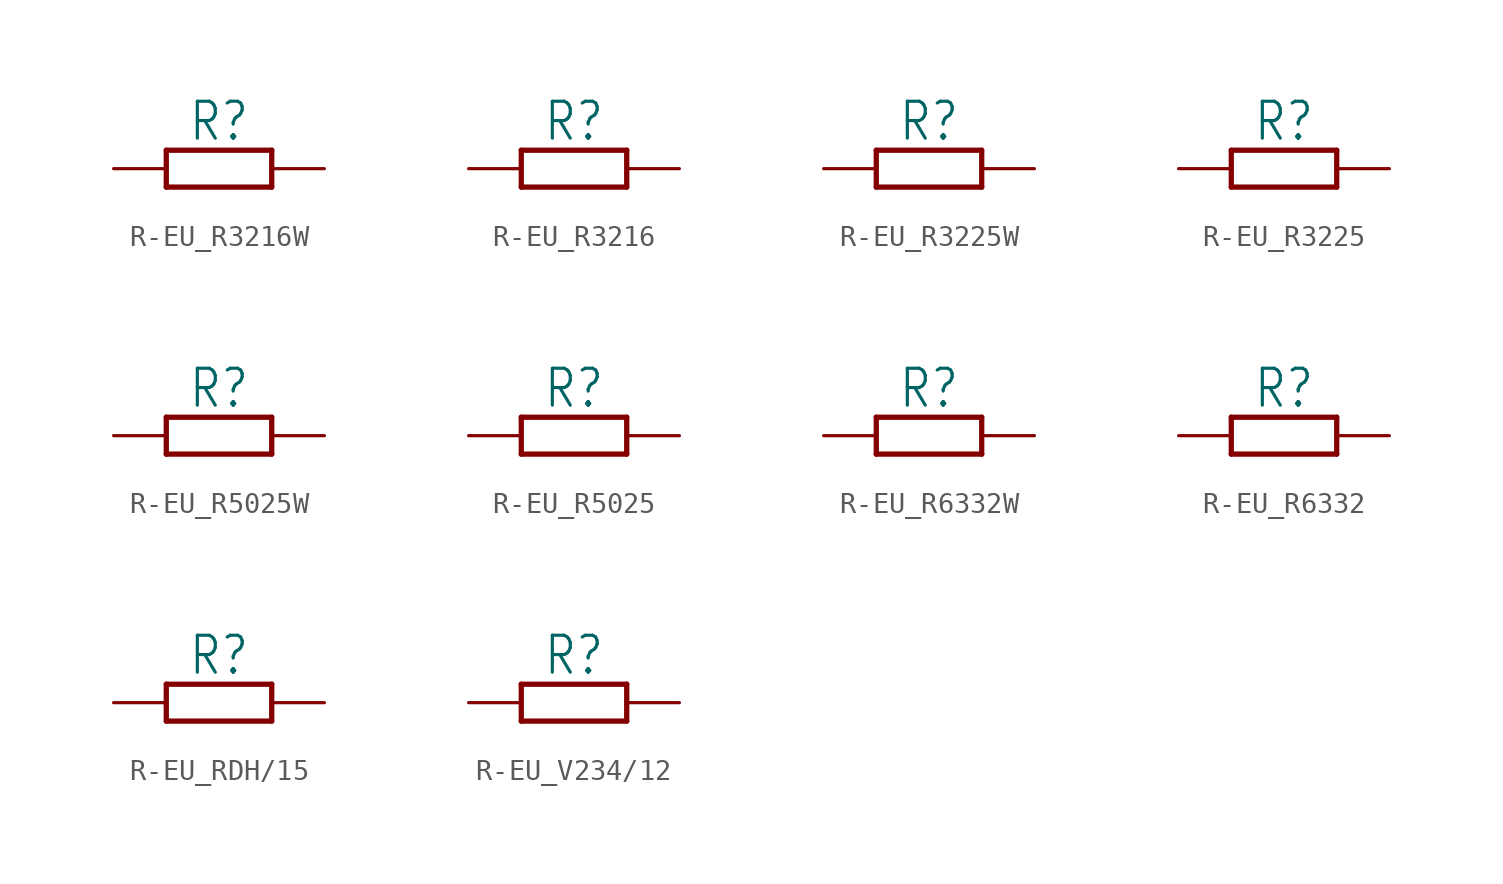
<source format=kicad_sym>
(kicad_symbol_lib
  (version 20220914)
  (generator kicad_symbol_editor)
  (symbol "R-EU_R3216W"
    (property "Reference" "R"
      (at 0 1.245 0)
      (effects (font (size 1.778 1.511)) (justify bottom)))
    (property "Value" ""
      (at 0 -1.27 0)
      (effects (font (size 1.778 1.511)) (justify top)))
    (property "ki_locked" ""
      (at 0 0 0)
      (effects (font (size 1.27 1.27))))
    (symbol "R-EU_R3216W_1_0"
      (polyline (pts (xy -2.54 -0.889) (xy -2.54 0.889)) (stroke (width 0.254) (type solid)) (fill (type none)))
      (polyline (pts (xy -2.54 -0.889) (xy 2.54 -0.889)) (stroke (width 0.254) (type solid)) (fill (type none)))
      (polyline (pts (xy 2.54 -0.889) (xy 2.54 0.889)) (stroke (width 0.254) (type solid)) (fill (type none)))
      (polyline (pts (xy 2.54 0.889) (xy -2.54 0.889)) (stroke (width 0.254) (type solid)) (fill (type none)))
      (pin passive line (at -5.08 0 0) (length 2.54) (name "1" (effects (font (size 0 0)))) (number "1" (effects (font (size 0 0)))))
      (pin passive line (at 5.08 0 180) (length 2.54) (name "2" (effects (font (size 0 0)))) (number "2" (effects (font (size 0 0)))))))
  (symbol "R-EU_R3216"
    (property "Reference" "R"
      (at 0 1.245 0)
      (effects (font (size 1.778 1.511)) (justify bottom)))
    (property "Value" ""
      (at 0 -1.27 0)
      (effects (font (size 1.778 1.511)) (justify top)))
    (property "ki_locked" ""
      (at 0 0 0)
      (effects (font (size 1.27 1.27))))
    (symbol "R-EU_R3216_1_0"
      (polyline (pts (xy -2.54 -0.889) (xy -2.54 0.889)) (stroke (width 0.254) (type solid)) (fill (type none)))
      (polyline (pts (xy -2.54 -0.889) (xy 2.54 -0.889)) (stroke (width 0.254) (type solid)) (fill (type none)))
      (polyline (pts (xy 2.54 -0.889) (xy 2.54 0.889)) (stroke (width 0.254) (type solid)) (fill (type none)))
      (polyline (pts (xy 2.54 0.889) (xy -2.54 0.889)) (stroke (width 0.254) (type solid)) (fill (type none)))
      (pin passive line (at -5.08 0 0) (length 2.54) (name "1" (effects (font (size 0 0)))) (number "1" (effects (font (size 0 0)))))
      (pin passive line (at 5.08 0 180) (length 2.54) (name "2" (effects (font (size 0 0)))) (number "2" (effects (font (size 0 0)))))))
  (symbol "R-EU_R3225W"
    (property "Reference" "R"
      (at 0 1.245 0)
      (effects (font (size 1.778 1.511)) (justify bottom)))
    (property "Value" ""
      (at 0 -1.27 0)
      (effects (font (size 1.778 1.511)) (justify top)))
    (property "ki_locked" ""
      (at 0 0 0)
      (effects (font (size 1.27 1.27))))
    (symbol "R-EU_R3225W_1_0"
      (polyline (pts (xy -2.54 -0.889) (xy -2.54 0.889)) (stroke (width 0.254) (type solid)) (fill (type none)))
      (polyline (pts (xy -2.54 -0.889) (xy 2.54 -0.889)) (stroke (width 0.254) (type solid)) (fill (type none)))
      (polyline (pts (xy 2.54 -0.889) (xy 2.54 0.889)) (stroke (width 0.254) (type solid)) (fill (type none)))
      (polyline (pts (xy 2.54 0.889) (xy -2.54 0.889)) (stroke (width 0.254) (type solid)) (fill (type none)))
      (pin passive line (at -5.08 0 0) (length 2.54) (name "1" (effects (font (size 0 0)))) (number "1" (effects (font (size 0 0)))))
      (pin passive line (at 5.08 0 180) (length 2.54) (name "2" (effects (font (size 0 0)))) (number "2" (effects (font (size 0 0)))))))
  (symbol "R-EU_R3225"
    (property "Reference" "R"
      (at 0 1.245 0)
      (effects (font (size 1.778 1.511)) (justify bottom)))
    (property "Value" ""
      (at 0 -1.27 0)
      (effects (font (size 1.778 1.511)) (justify top)))
    (property "ki_locked" ""
      (at 0 0 0)
      (effects (font (size 1.27 1.27))))
    (symbol "R-EU_R3225_1_0"
      (polyline (pts (xy -2.54 -0.889) (xy -2.54 0.889)) (stroke (width 0.254) (type solid)) (fill (type none)))
      (polyline (pts (xy -2.54 -0.889) (xy 2.54 -0.889)) (stroke (width 0.254) (type solid)) (fill (type none)))
      (polyline (pts (xy 2.54 -0.889) (xy 2.54 0.889)) (stroke (width 0.254) (type solid)) (fill (type none)))
      (polyline (pts (xy 2.54 0.889) (xy -2.54 0.889)) (stroke (width 0.254) (type solid)) (fill (type none)))
      (pin passive line (at -5.08 0 0) (length 2.54) (name "1" (effects (font (size 0 0)))) (number "1" (effects (font (size 0 0)))))
      (pin passive line (at 5.08 0 180) (length 2.54) (name "2" (effects (font (size 0 0)))) (number "2" (effects (font (size 0 0)))))))
  (symbol "R-EU_R5025W"
    (property "Reference" "R"
      (at 0 1.245 0)
      (effects (font (size 1.778 1.511)) (justify bottom)))
    (property "Value" ""
      (at 0 -1.27 0)
      (effects (font (size 1.778 1.511)) (justify top)))
    (property "ki_locked" ""
      (at 0 0 0)
      (effects (font (size 1.27 1.27))))
    (symbol "R-EU_R5025W_1_0"
      (polyline (pts (xy -2.54 -0.889) (xy -2.54 0.889)) (stroke (width 0.254) (type solid)) (fill (type none)))
      (polyline (pts (xy -2.54 -0.889) (xy 2.54 -0.889)) (stroke (width 0.254) (type solid)) (fill (type none)))
      (polyline (pts (xy 2.54 -0.889) (xy 2.54 0.889)) (stroke (width 0.254) (type solid)) (fill (type none)))
      (polyline (pts (xy 2.54 0.889) (xy -2.54 0.889)) (stroke (width 0.254) (type solid)) (fill (type none)))
      (pin passive line (at -5.08 0 0) (length 2.54) (name "1" (effects (font (size 0 0)))) (number "1" (effects (font (size 0 0)))))
      (pin passive line (at 5.08 0 180) (length 2.54) (name "2" (effects (font (size 0 0)))) (number "2" (effects (font (size 0 0)))))))
  (symbol "R-EU_R5025"
    (property "Reference" "R"
      (at 0 1.245 0)
      (effects (font (size 1.778 1.511)) (justify bottom)))
    (property "Value" ""
      (at 0 -1.27 0)
      (effects (font (size 1.778 1.511)) (justify top)))
    (property "ki_locked" ""
      (at 0 0 0)
      (effects (font (size 1.27 1.27))))
    (symbol "R-EU_R5025_1_0"
      (polyline (pts (xy -2.54 -0.889) (xy -2.54 0.889)) (stroke (width 0.254) (type solid)) (fill (type none)))
      (polyline (pts (xy -2.54 -0.889) (xy 2.54 -0.889)) (stroke (width 0.254) (type solid)) (fill (type none)))
      (polyline (pts (xy 2.54 -0.889) (xy 2.54 0.889)) (stroke (width 0.254) (type solid)) (fill (type none)))
      (polyline (pts (xy 2.54 0.889) (xy -2.54 0.889)) (stroke (width 0.254) (type solid)) (fill (type none)))
      (pin passive line (at -5.08 0 0) (length 2.54) (name "1" (effects (font (size 0 0)))) (number "1" (effects (font (size 0 0)))))
      (pin passive line (at 5.08 0 180) (length 2.54) (name "2" (effects (font (size 0 0)))) (number "2" (effects (font (size 0 0)))))))
  (symbol "R-EU_R6332W"
    (property "Reference" "R"
      (at 0 1.245 0)
      (effects (font (size 1.778 1.511)) (justify bottom)))
    (property "Value" ""
      (at 0 -1.27 0)
      (effects (font (size 1.778 1.511)) (justify top)))
    (property "ki_locked" ""
      (at 0 0 0)
      (effects (font (size 1.27 1.27))))
    (symbol "R-EU_R6332W_1_0"
      (polyline (pts (xy -2.54 -0.889) (xy -2.54 0.889)) (stroke (width 0.254) (type solid)) (fill (type none)))
      (polyline (pts (xy -2.54 -0.889) (xy 2.54 -0.889)) (stroke (width 0.254) (type solid)) (fill (type none)))
      (polyline (pts (xy 2.54 -0.889) (xy 2.54 0.889)) (stroke (width 0.254) (type solid)) (fill (type none)))
      (polyline (pts (xy 2.54 0.889) (xy -2.54 0.889)) (stroke (width 0.254) (type solid)) (fill (type none)))
      (pin passive line (at -5.08 0 0) (length 2.54) (name "1" (effects (font (size 0 0)))) (number "1" (effects (font (size 0 0)))))
      (pin passive line (at 5.08 0 180) (length 2.54) (name "2" (effects (font (size 0 0)))) (number "2" (effects (font (size 0 0)))))))
  (symbol "R-EU_R6332"
    (property "Reference" "R"
      (at 0 1.245 0)
      (effects (font (size 1.778 1.511)) (justify bottom)))
    (property "Value" ""
      (at 0 -1.27 0)
      (effects (font (size 1.778 1.511)) (justify top)))
    (property "ki_locked" ""
      (at 0 0 0)
      (effects (font (size 1.27 1.27))))
    (symbol "R-EU_R6332_1_0"
      (polyline (pts (xy -2.54 -0.889) (xy -2.54 0.889)) (stroke (width 0.254) (type solid)) (fill (type none)))
      (polyline (pts (xy -2.54 -0.889) (xy 2.54 -0.889)) (stroke (width 0.254) (type solid)) (fill (type none)))
      (polyline (pts (xy 2.54 -0.889) (xy 2.54 0.889)) (stroke (width 0.254) (type solid)) (fill (type none)))
      (polyline (pts (xy 2.54 0.889) (xy -2.54 0.889)) (stroke (width 0.254) (type solid)) (fill (type none)))
      (pin passive line (at -5.08 0 0) (length 2.54) (name "1" (effects (font (size 0 0)))) (number "1" (effects (font (size 0 0)))))
      (pin passive line (at 5.08 0 180) (length 2.54) (name "2" (effects (font (size 0 0)))) (number "2" (effects (font (size 0 0)))))))
  (symbol "R-EU_RDH/15"
    (property "Reference" "R"
      (at 0 1.245 0)
      (effects (font (size 1.778 1.511)) (justify bottom)))
    (property "Value" ""
      (at 0 -1.27 0)
      (effects (font (size 1.778 1.511)) (justify top)))
    (property "ki_locked" ""
      (at 0 0 0)
      (effects (font (size 1.27 1.27))))
    (symbol "R-EU_RDH/15_1_0"
      (polyline (pts (xy -2.54 -0.889) (xy -2.54 0.889)) (stroke (width 0.254) (type solid)) (fill (type none)))
      (polyline (pts (xy -2.54 -0.889) (xy 2.54 -0.889)) (stroke (width 0.254) (type solid)) (fill (type none)))
      (polyline (pts (xy 2.54 -0.889) (xy 2.54 0.889)) (stroke (width 0.254) (type solid)) (fill (type none)))
      (polyline (pts (xy 2.54 0.889) (xy -2.54 0.889)) (stroke (width 0.254) (type solid)) (fill (type none)))
      (pin passive line (at -5.08 0 0) (length 2.54) (name "1" (effects (font (size 0 0)))) (number "1" (effects (font (size 0 0)))))
      (pin passive line (at 5.08 0 180) (length 2.54) (name "2" (effects (font (size 0 0)))) (number "2" (effects (font (size 0 0)))))))
  (symbol "R-EU_V234/12"
    (property "Reference" "R"
      (at 0 1.245 0)
      (effects (font (size 1.778 1.511)) (justify bottom)))
    (property "Value" ""
      (at 0 -1.27 0)
      (effects (font (size 1.778 1.511)) (justify top)))
    (property "ki_locked" ""
      (at 0 0 0)
      (effects (font (size 1.27 1.27))))
    (symbol "R-EU_V234/12_1_0"
      (polyline (pts (xy -2.54 -0.889) (xy -2.54 0.889)) (stroke (width 0.254) (type solid)) (fill (type none)))
      (polyline (pts (xy -2.54 -0.889) (xy 2.54 -0.889)) (stroke (width 0.254) (type solid)) (fill (type none)))
      (polyline (pts (xy 2.54 -0.889) (xy 2.54 0.889)) (stroke (width 0.254) (type solid)) (fill (type none)))
      (polyline (pts (xy 2.54 0.889) (xy -2.54 0.889)) (stroke (width 0.254) (type solid)) (fill (type none)))
      (pin passive line (at -5.08 0 0) (length 2.54) (name "1" (effects (font (size 0 0)))) (number "1" (effects (font (size 0 0)))))
      (pin passive line (at 5.08 0 180) (length 2.54) (name "2" (effects (font (size 0 0)))) (number "2" (effects (font (size 0 0))))))))
</source>
